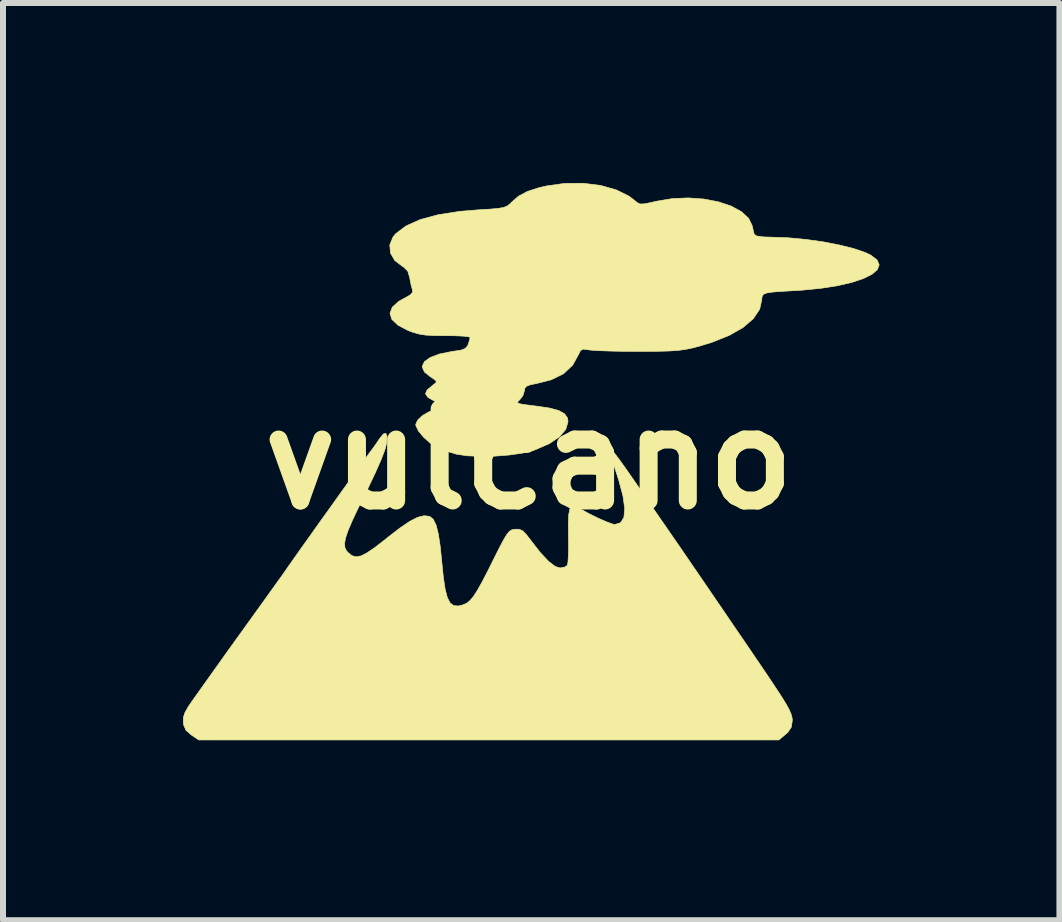
<source format=kicad_pcb>
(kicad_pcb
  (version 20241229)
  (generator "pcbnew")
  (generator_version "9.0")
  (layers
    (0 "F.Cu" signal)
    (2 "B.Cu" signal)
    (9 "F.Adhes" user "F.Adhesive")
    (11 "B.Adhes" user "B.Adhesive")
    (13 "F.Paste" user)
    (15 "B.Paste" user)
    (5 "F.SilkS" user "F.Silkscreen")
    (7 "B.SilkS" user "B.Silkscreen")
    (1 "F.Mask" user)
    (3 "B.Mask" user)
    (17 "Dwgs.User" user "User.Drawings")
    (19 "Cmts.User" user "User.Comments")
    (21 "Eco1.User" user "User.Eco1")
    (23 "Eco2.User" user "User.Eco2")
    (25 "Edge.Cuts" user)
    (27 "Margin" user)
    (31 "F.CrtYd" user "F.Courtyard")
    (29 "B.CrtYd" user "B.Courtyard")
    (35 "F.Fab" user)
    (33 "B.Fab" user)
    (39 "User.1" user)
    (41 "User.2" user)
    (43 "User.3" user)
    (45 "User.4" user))
  (footprint "vulcano"
    (layer "F.Cu")
    (at 5.767 4.604)
    (property "Reference" "vulcano" (at 0 0 0) (layer "F.SilkS") (effects (font (size 1.524 1.524) (thickness 0.3))))
    (attr through_hole)
    (fp_poly (pts (xy -2.365 -0.379) (xy -2.372 -0.263) (xy -2.401 -0.155) (xy -2.464 0.01) (xy -2.56 0.227) (xy -2.685 0.491) (xy -2.723 0.567) (xy -2.853 0.83) (xy -2.95 1.038) (xy -3.018 1.198) (xy -3.058 1.319) (xy -3.073 1.41) (xy -3.066 1.477) (xy -3.039 1.53) (xy -3.016 1.556) (xy -2.952 1.608) (xy -2.885 1.628) (xy -2.804 1.615) (xy -2.702 1.564) (xy -2.566 1.472) (xy -2.389 1.334) (xy -2.356 1.307) (xy -2.149 1.147) (xy -1.985 1.036) (xy -1.854 0.969) (xy -1.748 0.943) (xy -1.66 0.953) (xy -1.65 0.957) (xy -1.594 1.003) (xy -1.547 1.099) (xy -1.509 1.251) (xy -1.477 1.464) (xy -1.454 1.694) (xy -1.427 1.962) (xy -1.397 2.164) (xy -1.36 2.307) (xy -1.313 2.398) (xy -1.252 2.442) (xy -1.175 2.448) (xy -1.093 2.427) (xy -1.037 2.401) (xy -0.984 2.359) (xy -0.927 2.292) (xy -0.862 2.192) (xy -0.782 2.05) (xy -0.682 1.857) (xy -0.581 1.654) (xy -0.488 1.469) (xy -0.419 1.339) (xy -0.367 1.254) (xy -0.325 1.204) (xy -0.286 1.179) (xy -0.241 1.169) (xy -0.229 1.168) (xy -0.16 1.169) (xy -0.104 1.195) (xy -0.041 1.259) (xy 0.025 1.345) (xy 0.19 1.557) (xy 0.328 1.704) (xy 0.439 1.789) (xy 0.52 1.814) (xy 0.601 1.798) (xy 0.641 1.769) (xy 0.651 1.717) (xy 0.658 1.608) (xy 0.661 1.458) (xy 0.659 1.286) (xy 0.657 1.071) (xy 0.664 0.921) (xy 0.683 0.829) (xy 0.718 0.787) (xy 0.77 0.787) (xy 0.836 0.817) (xy 0.997 0.906) (xy 1.155 0.984) (xy 1.294 1.045) (xy 1.396 1.082) (xy 1.435 1.089) (xy 1.53 1.059) (xy 1.584 0.97) (xy 1.597 0.823) (xy 1.569 0.619) (xy 1.5 0.358) (xy 1.47 0.265) (xy 1.412 0.09) (xy 1.371 -0.04) (xy 1.351 -0.125) (xy 1.353 -0.162) (xy 1.381 -0.15) (xy 1.437 -0.086) (xy 1.525 0.031) (xy 1.647 0.203) (xy 1.806 0.433) (xy 1.883 0.544) (xy 2.015 0.736) (xy 2.134 0.91) (xy 2.235 1.056) (xy 2.31 1.164) (xy 2.352 1.226) (xy 2.358 1.234) (xy 2.412 1.312) (xy 2.501 1.441) (xy 2.619 1.613) (xy 2.759 1.818) (xy 2.916 2.047) (xy 3.083 2.292) (xy 3.255 2.543) (xy 3.424 2.792) (xy 3.587 3.03) (xy 3.735 3.247) (xy 3.863 3.436) (xy 3.953 3.568) (xy 4.101 3.79) (xy 4.213 3.961) (xy 4.293 4.091) (xy 4.345 4.189) (xy 4.376 4.263) (xy 4.389 4.323) (xy 4.391 4.354) (xy 4.376 4.465) (xy 4.32 4.549) (xy 4.279 4.587) (xy 4.167 4.681) (xy -5.505 4.681) (xy -5.628 4.598) (xy -5.717 4.521) (xy -5.756 4.43) (xy -5.762 4.385) (xy -5.76 4.306) (xy -5.734 4.224) (xy -5.676 4.122) (xy -5.599 4.011) (xy -5.488 3.855) (xy -5.365 3.682) (xy -5.261 3.536) (xy -5.191 3.438) (xy -5.088 3.293) (xy -4.96 3.114) (xy -4.815 2.913) (xy -4.664 2.703) (xy -4.608 2.625) (xy -4.465 2.427) (xy -4.334 2.244) (xy -4.221 2.086) (xy -4.133 1.964) (xy -4.078 1.886) (xy -4.064 1.866) (xy -4.001 1.775) (xy -3.907 1.642) (xy -3.788 1.473) (xy -3.649 1.279) (xy -3.499 1.067) (xy -3.341 0.847) (xy -3.184 0.627) (xy -3.033 0.416) (xy -2.894 0.222) (xy -2.773 0.055) (xy -2.677 -0.078) (xy -2.612 -0.166) (xy -2.587 -0.2) (xy -2.548 -0.254) (xy -2.494 -0.335) (xy -2.494 -0.336) (xy -2.428 -0.418) (xy -2.385 -0.432) (xy -2.365 -0.379)) (stroke (width 0.01) (type solid)) (fill yes) (layer "F.SilkS"))
    (fp_poly (pts (xy 1.194 -4.563) (xy 1.454 -4.49) (xy 1.669 -4.384) (xy 1.768 -4.308) (xy 1.812 -4.272) (xy 1.854 -4.254) (xy 1.915 -4.255) (xy 2.012 -4.273) (xy 2.124 -4.299) (xy 2.389 -4.343) (xy 2.657 -4.355) (xy 2.917 -4.336) (xy 3.158 -4.29) (xy 3.369 -4.22) (xy 3.541 -4.127) (xy 3.662 -4.016) (xy 3.721 -3.895) (xy 3.742 -3.804) (xy 3.757 -3.747) (xy 3.798 -3.72) (xy 3.902 -3.705) (xy 4.054 -3.7) (xy 4.327 -3.69) (xy 4.616 -3.663) (xy 4.904 -3.623) (xy 5.176 -3.57) (xy 5.416 -3.51) (xy 5.61 -3.444) (xy 5.703 -3.399) (xy 5.805 -3.319) (xy 5.839 -3.239) (xy 5.809 -3.159) (xy 5.72 -3.082) (xy 5.577 -3.011) (xy 5.383 -2.946) (xy 5.144 -2.891) (xy 4.863 -2.847) (xy 4.546 -2.816) (xy 4.427 -2.809) (xy 4.218 -2.797) (xy 4.071 -2.786) (xy 3.974 -2.772) (xy 3.918 -2.752) (xy 3.891 -2.723) (xy 3.883 -2.683) (xy 3.883 -2.665) (xy 3.847 -2.499) (xy 3.742 -2.342) (xy 3.571 -2.195) (xy 3.338 -2.062) (xy 3.045 -1.945) (xy 2.83 -1.88) (xy 2.713 -1.85) (xy 2.603 -1.828) (xy 2.486 -1.813) (xy 2.347 -1.803) (xy 2.172 -1.798) (xy 1.946 -1.796) (xy 1.814 -1.796) (xy 1.587 -1.797) (xy 1.377 -1.801) (xy 1.198 -1.807) (xy 1.064 -1.814) (xy 0.989 -1.822) (xy 0.988 -1.823) (xy 0.903 -1.834) (xy 0.859 -1.809) (xy 0.833 -1.754) (xy 0.729 -1.566) (xy 0.577 -1.423) (xy 0.37 -1.322) (xy 0.142 -1.264) (xy 0.021 -1.239) (xy -0.044 -1.213) (xy -0.069 -1.177) (xy -0.073 -1.145) (xy -0.099 -1.06) (xy -0.149 -0.994) (xy -0.182 -0.962) (xy -0.188 -0.94) (xy -0.156 -0.924) (xy -0.077 -0.91) (xy 0.06 -0.892) (xy 0.122 -0.885) (xy 0.342 -0.852) (xy 0.497 -0.811) (xy 0.595 -0.756) (xy 0.644 -0.686) (xy 0.652 -0.625) (xy 0.615 -0.496) (xy 0.51 -0.373) (xy 0.341 -0.259) (xy 0.113 -0.159) (xy 0.071 -0.144) (xy -0.104 -0.101) (xy -0.325 -0.069) (xy -0.568 -0.05) (xy -0.811 -0.046) (xy -1.031 -0.056) (xy -1.205 -0.082) (xy -1.216 -0.085) (xy -1.355 -0.127) (xy -1.49 -0.178) (xy -1.533 -0.197) (xy -1.648 -0.269) (xy -1.756 -0.366) (xy -1.841 -0.468) (xy -1.884 -0.558) (xy -1.887 -0.579) (xy -1.855 -0.651) (xy -1.775 -0.726) (xy -1.665 -0.79) (xy -1.585 -0.818) (xy -1.493 -0.852) (xy -1.473 -0.893) (xy -1.526 -0.941) (xy -1.575 -0.967) (xy -1.684 -1.03) (xy -1.724 -1.089) (xy -1.697 -1.153) (xy -1.602 -1.233) (xy -1.583 -1.247) (xy -1.545 -1.28) (xy -1.551 -1.309) (xy -1.609 -1.352) (xy -1.646 -1.376) (xy -1.742 -1.453) (xy -1.777 -1.532) (xy -1.778 -1.547) (xy -1.743 -1.625) (xy -1.645 -1.695) (xy -1.491 -1.753) (xy -1.292 -1.793) (xy -1.258 -1.798) (xy -1.134 -1.817) (xy -1.063 -1.844) (xy -1.024 -1.887) (xy -1.013 -1.912) (xy -0.988 -1.99) (xy -0.98 -2.03) (xy -1.014 -2.042) (xy -1.106 -2.051) (xy -1.241 -2.057) (xy -1.388 -2.058) (xy -1.581 -2.06) (xy -1.724 -2.068) (xy -1.837 -2.086) (xy -1.941 -2.117) (xy -2.013 -2.144) (xy -2.183 -2.233) (xy -2.285 -2.33) (xy -2.316 -2.432) (xy -2.277 -2.534) (xy -2.168 -2.632) (xy -2.08 -2.681) (xy -1.981 -2.736) (xy -1.939 -2.781) (xy -1.941 -2.822) (xy -1.963 -2.899) (xy -1.984 -3.006) (xy -1.986 -3.022) (xy -2.019 -3.133) (xy -2.088 -3.202) (xy -2.107 -3.213) (xy -2.237 -3.312) (xy -2.308 -3.436) (xy -2.319 -3.572) (xy -2.265 -3.704) (xy -2.223 -3.756) (xy -2.05 -3.887) (xy -1.814 -3.993) (xy -1.515 -4.074) (xy -1.151 -4.131) (xy -0.819 -4.158) (xy -0.633 -4.169) (xy -0.505 -4.181) (xy -0.419 -4.197) (xy -0.362 -4.219) (xy -0.319 -4.252) (xy -0.29 -4.282) (xy -0.173 -4.384) (xy -0.025 -4.463) (xy 0.171 -4.526) (xy 0.291 -4.554) (xy 0.599 -4.597) (xy 0.904 -4.599) (xy 1.194 -4.563)) (stroke (width 0.01) (type solid)) (fill yes) (layer "F.SilkS")))
  (gr_rect
    (start -3 -3)
    (end 14.611 12.29)
    (stroke (width 0.1) (type default))
    (fill no)
    (layer "Edge.Cuts")))
</source>
